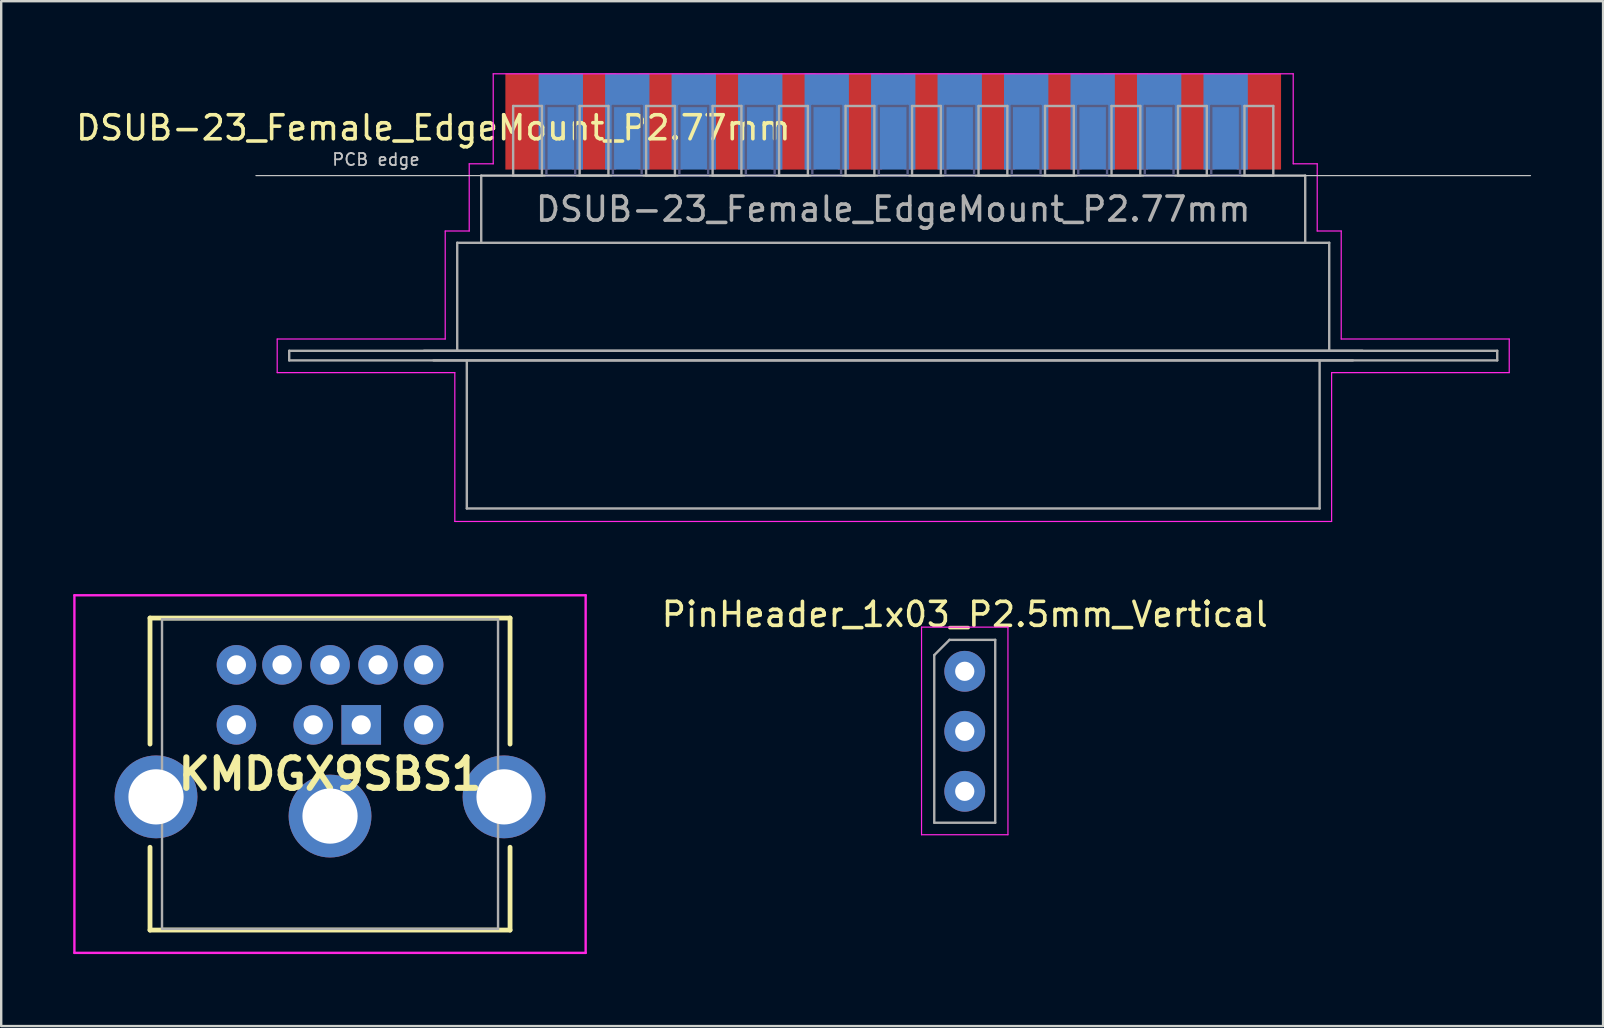
<source format=kicad_pcb>
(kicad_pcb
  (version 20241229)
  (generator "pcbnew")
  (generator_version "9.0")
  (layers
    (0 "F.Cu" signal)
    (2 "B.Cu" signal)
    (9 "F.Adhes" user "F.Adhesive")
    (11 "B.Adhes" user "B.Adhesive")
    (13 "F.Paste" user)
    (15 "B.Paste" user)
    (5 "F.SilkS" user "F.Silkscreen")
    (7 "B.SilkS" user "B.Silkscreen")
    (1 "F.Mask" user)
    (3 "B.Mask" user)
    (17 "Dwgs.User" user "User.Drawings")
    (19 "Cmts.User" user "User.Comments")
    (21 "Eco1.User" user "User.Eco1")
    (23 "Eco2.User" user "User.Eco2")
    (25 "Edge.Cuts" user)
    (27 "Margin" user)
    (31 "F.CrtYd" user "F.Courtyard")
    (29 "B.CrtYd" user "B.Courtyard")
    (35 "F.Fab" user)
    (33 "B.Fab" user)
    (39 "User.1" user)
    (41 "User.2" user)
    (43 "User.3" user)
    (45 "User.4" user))
  (footprint "PinHeader_1x03_P2.5mm_Vertical"
    (layer "F.Cu")
    (at 37.144 27.418)
    (property "Reference" "PinHeader_1x03_P2.5mm_Vertical" (at 0 -4.87 0) (layer "F.SilkS") (effects (font (size 1 1) (thickness 0.15))))
    (attr through_hole)
    (fp_line (start -1.8 -4.34) (end -1.8 4.31) (stroke (width 0.05) (type solid)) (layer "F.CrtYd"))
    (fp_line (start -1.8 4.31) (end 1.8 4.31) (stroke (width 0.05) (type solid)) (layer "F.CrtYd"))
    (fp_line (start 1.8 -4.34) (end -1.8 -4.34) (stroke (width 0.05) (type solid)) (layer "F.CrtYd"))
    (fp_line (start 1.8 4.31) (end 1.8 -4.34) (stroke (width 0.05) (type solid)) (layer "F.CrtYd"))
    (fp_line (start -1.27 -3.175) (end -0.635 -3.81) (stroke (width 0.1) (type solid)) (layer "F.Fab"))
    (fp_line (start -1.27 3.81) (end -1.27 -3.175) (stroke (width 0.1) (type solid)) (layer "F.Fab"))
    (fp_line (start -0.635 -3.81) (end 1.27 -3.81) (stroke (width 0.1) (type solid)) (layer "F.Fab"))
    (fp_line (start 1.27 -3.81) (end 1.27 3.81) (stroke (width 0.1) (type solid)) (layer "F.Fab"))
    (fp_line (start 1.27 3.81) (end -1.27 3.81) (stroke (width 0.1) (type solid)) (layer "F.Fab"))
    (pad "1" thru_hole oval (at 0 -2.5) (size 1.7 1.7) (drill 0.8) (layers "*.Cu" "*.Mask"))
    (pad "2" thru_hole oval (at 0 0) (size 1.7 1.7) (drill 0.8) (layers "*.Cu" "*.Mask"))
    (pad "3" thru_hole oval (at 0 2.5) (size 1.7 1.7) (drill 0.8) (layers "*.Cu" "*.Mask")))
  (footprint "KMDGX9SBS1"
    (layer "F.Cu")
    (at 12 27.15)
    (property "Reference" "KMDGX9SBS1" (at -1.3 2.05 0) (layer "F.SilkS") (effects (font (size 1.27 1.27) (thickness 0.254))))
    (attr through_hole)
    (fp_line (start -8.8 -4.45) (end 6.2 -4.45) (stroke (width 0.2) (type solid)) (layer "F.SilkS"))
    (fp_line (start -8.8 0.8) (end -8.8 -4.45) (stroke (width 0.2) (type solid)) (layer "F.SilkS"))
    (fp_line (start -8.8 5.1) (end -8.8 8.55) (stroke (width 0.2) (type solid)) (layer "F.SilkS"))
    (fp_line (start -8.8 8.55) (end 6.2 8.55) (stroke (width 0.2) (type solid)) (layer "F.SilkS"))
    (fp_line (start 6.2 -4.45) (end 6.2 0.8) (stroke (width 0.2) (type solid)) (layer "F.SilkS"))
    (fp_line (start 6.2 8.55) (end 6.2 5.1) (stroke (width 0.2) (type solid)) (layer "F.SilkS"))
    (fp_line (start -11.95 -5.4) (end -11.95 9.5) (stroke (width 0.1) (type solid)) (layer "F.CrtYd"))
    (fp_line (start -11.95 9.5) (end 9.35 9.5) (stroke (width 0.1) (type solid)) (layer "F.CrtYd"))
    (fp_line (start 9.35 -5.4) (end -11.95 -5.4) (stroke (width 0.1) (type solid)) (layer "F.CrtYd"))
    (fp_line (start 9.35 9.5) (end 9.35 -5.4) (stroke (width 0.1) (type solid)) (layer "F.CrtYd"))
    (fp_line (start -8.3 -4.4) (end -8.3 8.5) (stroke (width 0.1) (type solid)) (layer "F.Fab"))
    (fp_line (start -8.3 8.5) (end 5.7 8.5) (stroke (width 0.1) (type solid)) (layer "F.Fab"))
    (fp_line (start 5.7 -4.4) (end -8.3 -4.4) (stroke (width 0.1) (type solid)) (layer "F.Fab"))
    (fp_line (start 5.7 8.5) (end 5.7 -4.4) (stroke (width 0.1) (type solid)) (layer "F.Fab"))
    (pad "1" thru_hole rect (at 0 0) (size 1.65 1.65) (drill 0.8) (layers "*.Cu" "*.Mask"))
    (pad "2" thru_hole circle (at -2 0) (size 1.65 1.65) (drill 0.8) (layers "*.Cu" "*.Mask"))
    (pad "3" thru_hole circle (at 2.6 0) (size 1.65 1.65) (drill 0.8) (layers "*.Cu" "*.Mask"))
    (pad "4" thru_hole circle (at 0.7 -2.5) (size 1.65 1.65) (drill 0.8) (layers "*.Cu" "*.Mask"))
    (pad "5" thru_hole circle (at -1.3 -2.5) (size 1.65 1.65) (drill 0.8) (layers "*.Cu" "*.Mask"))
    (pad "6" thru_hole circle (at -5.2 0) (size 1.65 1.65) (drill 0.8) (layers "*.Cu" "*.Mask"))
    (pad "7" thru_hole circle (at 2.6 -2.5) (size 1.65 1.65) (drill 0.8) (layers "*.Cu" "*.Mask"))
    (pad "8" thru_hole circle (at -3.3 -2.5) (size 1.65 1.65) (drill 0.8) (layers "*.Cu" "*.Mask"))
    (pad "9" thru_hole circle (at -5.2 -2.5) (size 1.65 1.65) (drill 0.8) (layers "*.Cu" "*.Mask"))
    (pad "10" thru_hole circle (at 5.95 3) (size 3.45 3.45) (drill 2.3) (layers "*.Cu" "*.Mask"))
    (pad "11" thru_hole circle (at -1.3 3.8) (size 3.45 3.45) (drill 2.3) (layers "*.Cu" "*.Mask"))
    (pad "12" thru_hole circle (at -8.55 3) (size 3.45 3.45) (drill 2.3) (layers "*.Cu" "*.Mask")))
  (footprint "DSUB-23_Female_EdgeMount_P2.77mm"
    (layer "F.Cu")
    (at 34.164 2.275)
    (property "Reference" "DSUB-23_Female_EdgeMount_P2.77mm" (at -19.158 0 180) (layer "F.SilkS") (effects (font (size 1 1) (thickness 0.15))))
    (attr smd)
    (fp_line (start -26.55 1.99) (end 26.55 1.99) (stroke (width 0.05) (type solid)) (layer "Dwgs.User"))
    (fp_line (start -25.665 8.8) (end -18.665 8.8) (stroke (width 0.05) (type solid)) (layer "F.CrtYd"))
    (fp_line (start -25.665 10.2) (end -25.665 8.8) (stroke (width 0.05) (type solid)) (layer "F.CrtYd"))
    (fp_line (start -18.665 4.3) (end -17.665 4.3) (stroke (width 0.05) (type solid)) (layer "F.CrtYd"))
    (fp_line (start -18.665 8.8) (end -18.665 4.3) (stroke (width 0.05) (type solid)) (layer "F.CrtYd"))
    (fp_line (start -18.265 10.2) (end -25.665 10.2) (stroke (width 0.05) (type solid)) (layer "F.CrtYd"))
    (fp_line (start -18.265 16.4) (end -18.265 10.2) (stroke (width 0.05) (type solid)) (layer "F.CrtYd"))
    (fp_line (start -17.665 1.5) (end -16.665 1.5) (stroke (width 0.05) (type solid)) (layer "F.CrtYd"))
    (fp_line (start -17.665 4.3) (end -17.665 1.5) (stroke (width 0.05) (type solid)) (layer "F.CrtYd"))
    (fp_line (start -16.665 -2.25) (end 16.665 -2.25) (stroke (width 0.05) (type solid)) (layer "F.CrtYd"))
    (fp_line (start -16.665 1.5) (end -16.665 -2.25) (stroke (width 0.05) (type solid)) (layer "F.CrtYd"))
    (fp_line (start 16.665 -2.25) (end 16.665 1.5) (stroke (width 0.05) (type solid)) (layer "F.CrtYd"))
    (fp_line (start 16.665 1.5) (end 17.665 1.5) (stroke (width 0.05) (type solid)) (layer "F.CrtYd"))
    (fp_line (start 17.665 1.5) (end 17.665 4.3) (stroke (width 0.05) (type solid)) (layer "F.CrtYd"))
    (fp_line (start 17.665 4.3) (end 18.665 4.3) (stroke (width 0.05) (type solid)) (layer "F.CrtYd"))
    (fp_line (start 18.265 10.2) (end 18.265 16.4) (stroke (width 0.05) (type solid)) (layer "F.CrtYd"))
    (fp_line (start 18.265 16.4) (end -18.265 16.4) (stroke (width 0.05) (type solid)) (layer "F.CrtYd"))
    (fp_line (start 18.665 4.3) (end 18.665 8.8) (stroke (width 0.05) (type solid)) (layer "F.CrtYd"))
    (fp_line (start 18.665 8.8) (end 25.665 8.8) (stroke (width 0.05) (type solid)) (layer "F.CrtYd"))
    (fp_line (start 25.665 8.8) (end 25.665 10.2) (stroke (width 0.05) (type solid)) (layer "F.CrtYd"))
    (fp_line (start 25.665 10.2) (end 18.265 10.2) (stroke (width 0.05) (type solid)) (layer "F.CrtYd"))
    (fp_line (start -14.45 -0.91) (end -14.45 1.99) (stroke (width 0.1) (type solid)) (layer "B.Fab"))
    (fp_line (start -14.45 1.99) (end -13.25 1.99) (stroke (width 0.1) (type solid)) (layer "B.Fab"))
    (fp_line (start -13.25 -0.91) (end -14.45 -0.91) (stroke (width 0.1) (type solid)) (layer "B.Fab"))
    (fp_line (start -13.25 1.99) (end -13.25 -0.91) (stroke (width 0.1) (type solid)) (layer "B.Fab"))
    (fp_line (start -11.68 -0.91) (end -11.68 1.99) (stroke (width 0.1) (type solid)) (layer "B.Fab"))
    (fp_line (start -11.68 1.99) (end -10.48 1.99) (stroke (width 0.1) (type solid)) (layer "B.Fab"))
    (fp_line (start -10.48 -0.91) (end -11.68 -0.91) (stroke (width 0.1) (type solid)) (layer "B.Fab"))
    (fp_line (start -10.48 1.99) (end -10.48 -0.91) (stroke (width 0.1) (type solid)) (layer "B.Fab"))
    (fp_line (start -8.91 -0.91) (end -8.91 1.99) (stroke (width 0.1) (type solid)) (layer "B.Fab"))
    (fp_line (start -8.91 1.99) (end -7.71 1.99) (stroke (width 0.1) (type solid)) (layer "B.Fab"))
    (fp_line (start -7.71 -0.91) (end -8.91 -0.91) (stroke (width 0.1) (type solid)) (layer "B.Fab"))
    (fp_line (start -7.71 1.99) (end -7.71 -0.91) (stroke (width 0.1) (type solid)) (layer "B.Fab"))
    (fp_line (start -6.14 -0.91) (end -6.14 1.99) (stroke (width 0.1) (type solid)) (layer "B.Fab"))
    (fp_line (start -6.14 1.99) (end -4.94 1.99) (stroke (width 0.1) (type solid)) (layer "B.Fab"))
    (fp_line (start -4.94 -0.91) (end -6.14 -0.91) (stroke (width 0.1) (type solid)) (layer "B.Fab"))
    (fp_line (start -4.94 1.99) (end -4.94 -0.91) (stroke (width 0.1) (type solid)) (layer "B.Fab"))
    (fp_line (start -3.37 -0.91) (end -3.37 1.99) (stroke (width 0.1) (type solid)) (layer "B.Fab"))
    (fp_line (start -3.37 1.99) (end -2.17 1.99) (stroke (width 0.1) (type solid)) (layer "B.Fab"))
    (fp_line (start -2.17 -0.91) (end -3.37 -0.91) (stroke (width 0.1) (type solid)) (layer "B.Fab"))
    (fp_line (start -2.17 1.99) (end -2.17 -0.91) (stroke (width 0.1) (type solid)) (layer "B.Fab"))
    (fp_line (start -0.6 -0.91) (end -0.6 1.99) (stroke (width 0.1) (type solid)) (layer "B.Fab"))
    (fp_line (start -0.6 1.99) (end 0.6 1.99) (stroke (width 0.1) (type solid)) (layer "B.Fab"))
    (fp_line (start 0.6 -0.91) (end -0.6 -0.91) (stroke (width 0.1) (type solid)) (layer "B.Fab"))
    (fp_line (start 0.6 1.99) (end 0.6 -0.91) (stroke (width 0.1) (type solid)) (layer "B.Fab"))
    (fp_line (start 2.17 -0.91) (end 2.17 1.99) (stroke (width 0.1) (type solid)) (layer "B.Fab"))
    (fp_line (start 2.17 1.99) (end 3.37 1.99) (stroke (width 0.1) (type solid)) (layer "B.Fab"))
    (fp_line (start 3.37 -0.91) (end 2.17 -0.91) (stroke (width 0.1) (type solid)) (layer "B.Fab"))
    (fp_line (start 3.37 1.99) (end 3.37 -0.91) (stroke (width 0.1) (type solid)) (layer "B.Fab"))
    (fp_line (start 4.94 -0.91) (end 4.94 1.99) (stroke (width 0.1) (type solid)) (layer "B.Fab"))
    (fp_line (start 4.94 1.99) (end 6.14 1.99) (stroke (width 0.1) (type solid)) (layer "B.Fab"))
    (fp_line (start 6.14 -0.91) (end 4.94 -0.91) (stroke (width 0.1) (type solid)) (layer "B.Fab"))
    (fp_line (start 6.14 1.99) (end 6.14 -0.91) (stroke (width 0.1) (type solid)) (layer "B.Fab"))
    (fp_line (start 7.71 -0.91) (end 7.71 1.99) (stroke (width 0.1) (type solid)) (layer "B.Fab"))
    (fp_line (start 7.71 1.99) (end 8.91 1.99) (stroke (width 0.1) (type solid)) (layer "B.Fab"))
    (fp_line (start 8.91 -0.91) (end 7.71 -0.91) (stroke (width 0.1) (type solid)) (layer "B.Fab"))
    (fp_line (start 8.91 1.99) (end 8.91 -0.91) (stroke (width 0.1) (type solid)) (layer "B.Fab"))
    (fp_line (start 10.48 -0.91) (end 10.48 1.99) (stroke (width 0.1) (type solid)) (layer "B.Fab"))
    (fp_line (start 10.48 1.99) (end 11.68 1.99) (stroke (width 0.1) (type solid)) (layer "B.Fab"))
    (fp_line (start 11.68 -0.91) (end 10.48 -0.91) (stroke (width 0.1) (type solid)) (layer "B.Fab"))
    (fp_line (start 11.68 1.99) (end 11.68 -0.91) (stroke (width 0.1) (type solid)) (layer "B.Fab"))
    (fp_line (start 13.25 -0.91) (end 13.25 1.99) (stroke (width 0.1) (type solid)) (layer "B.Fab"))
    (fp_line (start 13.25 1.99) (end 14.45 1.99) (stroke (width 0.1) (type solid)) (layer "B.Fab"))
    (fp_line (start 14.45 -0.91) (end 13.25 -0.91) (stroke (width 0.1) (type solid)) (layer "B.Fab"))
    (fp_line (start 14.45 1.99) (end 14.45 -0.91) (stroke (width 0.1) (type solid)) (layer "B.Fab"))
    (fp_line (start -25.165 9.29) (end -25.165 9.69) (stroke (width 0.1) (type solid)) (layer "F.Fab"))
    (fp_line (start -25.165 9.69) (end 25.165 9.69) (stroke (width 0.1) (type solid)) (layer "F.Fab"))
    (fp_line (start -19.55 9.29) (end 19.55 9.29) (stroke (width 0.1) (type solid)) (layer "F.Fab"))
    (fp_line (start -18.165 4.79) (end -18.165 9.29) (stroke (width 0.1) (type solid)) (layer "F.Fab"))
    (fp_line (start -18.165 4.79) (end 18.165 4.79) (stroke (width 0.1) (type solid)) (layer "F.Fab"))
    (fp_line (start -17.765 9.69) (end -17.765 15.86) (stroke (width 0.1) (type solid)) (layer "F.Fab"))
    (fp_line (start -17.765 15.86) (end 17.765 15.86) (stroke (width 0.1) (type solid)) (layer "F.Fab"))
    (fp_line (start -17.165 1.99) (end -17.165 4.79) (stroke (width 0.1) (type solid)) (layer "F.Fab"))
    (fp_line (start -15.835 -0.91) (end -15.835 1.99) (stroke (width 0.1) (type solid)) (layer "F.Fab"))
    (fp_line (start -15.835 1.99) (end -14.635 1.99) (stroke (width 0.1) (type solid)) (layer "F.Fab"))
    (fp_line (start -14.635 -0.91) (end -15.835 -0.91) (stroke (width 0.1) (type solid)) (layer "F.Fab"))
    (fp_line (start -14.635 1.99) (end -14.635 -0.91) (stroke (width 0.1) (type solid)) (layer "F.Fab"))
    (fp_line (start -13.065 -0.91) (end -13.065 1.99) (stroke (width 0.1) (type solid)) (layer "F.Fab"))
    (fp_line (start -13.065 1.99) (end -11.865 1.99) (stroke (width 0.1) (type solid)) (layer "F.Fab"))
    (fp_line (start -11.865 -0.91) (end -13.065 -0.91) (stroke (width 0.1) (type solid)) (layer "F.Fab"))
    (fp_line (start -11.865 1.99) (end -11.865 -0.91) (stroke (width 0.1) (type solid)) (layer "F.Fab"))
    (fp_line (start -10.295 -0.91) (end -10.295 1.99) (stroke (width 0.1) (type solid)) (layer "F.Fab"))
    (fp_line (start -10.295 1.99) (end -9.095 1.99) (stroke (width 0.1) (type solid)) (layer "F.Fab"))
    (fp_line (start -9.095 -0.91) (end -10.295 -0.91) (stroke (width 0.1) (type solid)) (layer "F.Fab"))
    (fp_line (start -9.095 1.99) (end -9.095 -0.91) (stroke (width 0.1) (type solid)) (layer "F.Fab"))
    (fp_line (start -7.525 -0.91) (end -7.525 1.99) (stroke (width 0.1) (type solid)) (layer "F.Fab"))
    (fp_line (start -7.525 1.99) (end -6.325 1.99) (stroke (width 0.1) (type solid)) (layer "F.Fab"))
    (fp_line (start -6.325 -0.91) (end -7.525 -0.91) (stroke (width 0.1) (type solid)) (layer "F.Fab"))
    (fp_line (start -6.325 1.99) (end -6.325 -0.91) (stroke (width 0.1) (type solid)) (layer "F.Fab"))
    (fp_line (start -4.755 -0.91) (end -4.755 1.99) (stroke (width 0.1) (type solid)) (layer "F.Fab"))
    (fp_line (start -4.755 1.99) (end -3.555 1.99) (stroke (width 0.1) (type solid)) (layer "F.Fab"))
    (fp_line (start -3.555 -0.91) (end -4.755 -0.91) (stroke (width 0.1) (type solid)) (layer "F.Fab"))
    (fp_line (start -3.555 1.99) (end -3.555 -0.91) (stroke (width 0.1) (type solid)) (layer "F.Fab"))
    (fp_line (start -1.985 -0.91) (end -1.985 1.99) (stroke (width 0.1) (type solid)) (layer "F.Fab"))
    (fp_line (start -1.985 1.99) (end -0.785 1.99) (stroke (width 0.1) (type solid)) (layer "F.Fab"))
    (fp_line (start -0.785 -0.91) (end -1.985 -0.91) (stroke (width 0.1) (type solid)) (layer "F.Fab"))
    (fp_line (start -0.785 1.99) (end -0.785 -0.91) (stroke (width 0.1) (type solid)) (layer "F.Fab"))
    (fp_line (start -0.6 1.99) (end 0.6 1.99) (stroke (width 0.1) (type solid)) (layer "F.Fab"))
    (fp_line (start 0.785 -0.91) (end 0.785 1.99) (stroke (width 0.1) (type solid)) (layer "F.Fab"))
    (fp_line (start 0.785 1.99) (end 1.985 1.99) (stroke (width 0.1) (type solid)) (layer "F.Fab"))
    (fp_line (start 1.985 -0.91) (end 0.785 -0.91) (stroke (width 0.1) (type solid)) (layer "F.Fab"))
    (fp_line (start 1.985 1.99) (end 1.985 -0.91) (stroke (width 0.1) (type solid)) (layer "F.Fab"))
    (fp_line (start 3.555 -0.91) (end 3.555 1.99) (stroke (width 0.1) (type solid)) (layer "F.Fab"))
    (fp_line (start 3.555 1.99) (end 4.755 1.99) (stroke (width 0.1) (type solid)) (layer "F.Fab"))
    (fp_line (start 4.755 -0.91) (end 3.555 -0.91) (stroke (width 0.1) (type solid)) (layer "F.Fab"))
    (fp_line (start 4.755 1.99) (end 4.755 -0.91) (stroke (width 0.1) (type solid)) (layer "F.Fab"))
    (fp_line (start 6.325 -0.91) (end 6.325 1.99) (stroke (width 0.1) (type solid)) (layer "F.Fab"))
    (fp_line (start 6.325 1.99) (end 7.525 1.99) (stroke (width 0.1) (type solid)) (layer "F.Fab"))
    (fp_line (start 7.525 -0.91) (end 6.325 -0.91) (stroke (width 0.1) (type solid)) (layer "F.Fab"))
    (fp_line (start 7.525 1.99) (end 7.525 -0.91) (stroke (width 0.1) (type solid)) (layer "F.Fab"))
    (fp_line (start 9.095 -0.91) (end 9.095 1.99) (stroke (width 0.1) (type solid)) (layer "F.Fab"))
    (fp_line (start 9.095 1.99) (end 10.295 1.99) (stroke (width 0.1) (type solid)) (layer "F.Fab"))
    (fp_line (start 10.295 -0.91) (end 9.095 -0.91) (stroke (width 0.1) (type solid)) (layer "F.Fab"))
    (fp_line (start 10.295 1.99) (end 10.295 -0.91) (stroke (width 0.1) (type solid)) (layer "F.Fab"))
    (fp_line (start 11.865 -0.91) (end 11.865 1.99) (stroke (width 0.1) (type solid)) (layer "F.Fab"))
    (fp_line (start 11.865 1.99) (end 13.065 1.99) (stroke (width 0.1) (type solid)) (layer "F.Fab"))
    (fp_line (start 13.065 -0.91) (end 11.865 -0.91) (stroke (width 0.1) (type solid)) (layer "F.Fab"))
    (fp_line (start 13.065 1.99) (end 13.065 -0.91) (stroke (width 0.1) (type solid)) (layer "F.Fab"))
    (fp_line (start 14.635 -0.91) (end 14.635 1.99) (stroke (width 0.1) (type solid)) (layer "F.Fab"))
    (fp_line (start 14.635 1.99) (end 15.835 1.99) (stroke (width 0.1) (type solid)) (layer "F.Fab"))
    (fp_line (start 15.835 -0.91) (end 14.635 -0.91) (stroke (width 0.1) (type solid)) (layer "F.Fab"))
    (fp_line (start 15.835 1.99) (end 15.835 -0.91) (stroke (width 0.1) (type solid)) (layer "F.Fab"))
    (fp_line (start 17.165 1.99) (end -17.165 1.99) (stroke (width 0.1) (type solid)) (layer "F.Fab"))
    (fp_line (start 17.165 4.79) (end 17.165 1.99) (stroke (width 0.1) (type solid)) (layer "F.Fab"))
    (fp_line (start 17.765 15.86) (end 17.765 9.69) (stroke (width 0.1) (type solid)) (layer "F.Fab"))
    (fp_line (start 18.165 9.29) (end 18.165 4.79) (stroke (width 0.1) (type solid)) (layer "F.Fab"))
    (fp_line (start 19.15 9.69) (end -19.15 9.69) (stroke (width 0.1) (type solid)) (layer "F.Fab"))
    (fp_line (start 25.165 9.29) (end -25.165 9.29) (stroke (width 0.1) (type solid)) (layer "F.Fab"))
    (fp_line (start 25.165 9.69) (end 25.165 9.29) (stroke (width 0.1) (type solid)) (layer "F.Fab"))
    (fp_text user "PCB edge" (at -21.55 1.323 180) (layer "Dwgs.User") (effects (font (size 0.5 0.5) (thickness 0.075))))
    (fp_text user "${REFERENCE}" (at 0 3.39 180) (layer "F.Fab") (effects (font (size 1 1) (thickness 0.15))))
    (pad "1" smd rect (at 15.235 -0.26) (size 1.847 4) (layers "F.Cu" "F.Mask" "F.Paste"))
    (pad "2" smd rect (at 12.465 -0.26) (size 1.847 4) (layers "F.Cu" "F.Mask" "F.Paste"))
    (pad "3" smd rect (at 9.695 -0.26) (size 1.847 4) (layers "F.Cu" "F.Mask" "F.Paste"))
    (pad "4" smd rect (at 6.925 -0.26) (size 1.847 4) (layers "F.Cu" "F.Mask" "F.Paste"))
    (pad "5" smd rect (at 4.155 -0.26) (size 1.847 4) (layers "F.Cu" "F.Mask" "F.Paste"))
    (pad "6" smd rect (at 1.385 -0.26) (size 1.847 4) (layers "F.Cu" "F.Mask" "F.Paste"))
    (pad "7" smd rect (at -1.385 -0.26) (size 1.847 4) (layers "F.Cu" "F.Mask" "F.Paste"))
    (pad "8" smd rect (at -4.155 -0.26) (size 1.847 4) (layers "F.Cu" "F.Mask" "F.Paste"))
    (pad "9" smd rect (at -6.925 -0.26) (size 1.847 4) (layers "F.Cu" "F.Mask" "F.Paste"))
    (pad "10" smd rect (at -9.695 -0.26) (size 1.847 4) (layers "F.Cu" "F.Mask" "F.Paste"))
    (pad "11" smd rect (at -12.465 -0.26) (size 1.847 4) (layers "F.Cu" "F.Mask" "F.Paste"))
    (pad "12" smd rect (at -15.235 -0.26) (size 1.847 4) (layers "F.Cu" "F.Mask" "F.Paste"))
    (pad "13" smd rect (at 13.85 -0.26) (size 1.847 4) (layers "B.Cu" "B.Mask" "B.Paste"))
    (pad "14" smd rect (at 11.08 -0.26) (size 1.847 4) (layers "B.Cu" "B.Mask" "B.Paste"))
    (pad "15" smd rect (at 8.31 -0.26) (size 1.847 4) (layers "B.Cu" "B.Mask" "B.Paste"))
    (pad "16" smd rect (at 5.54 -0.26) (size 1.847 4) (layers "B.Cu" "B.Mask" "B.Paste"))
    (pad "17" smd rect (at 2.77 -0.26) (size 1.847 4) (layers "B.Cu" "B.Mask" "B.Paste"))
    (pad "18" smd rect (at 0 -0.26) (size 1.847 4) (layers "B.Cu" "B.Mask" "B.Paste"))
    (pad "19" smd rect (at -2.77 -0.26) (size 1.847 4) (layers "B.Cu" "B.Mask" "B.Paste"))
    (pad "20" smd rect (at -5.54 -0.26) (size 1.847 4) (layers "B.Cu" "B.Mask" "B.Paste"))
    (pad "21" smd rect (at -8.31 -0.26) (size 1.847 4) (layers "B.Cu" "B.Mask" "B.Paste"))
    (pad "22" smd rect (at -11.08 -0.26) (size 1.847 4) (layers "B.Cu" "B.Mask" "B.Paste"))
    (pad "23" smd rect (at -13.85 -0.26) (size 1.847 4) (layers "B.Cu" "B.Mask" "B.Paste")))
  (gr_rect
    (start -3 -3)
    (end 63.739 39.7)
    (stroke (width 0.1) (type default))
    (fill no)
    (layer "Edge.Cuts")))
</source>
